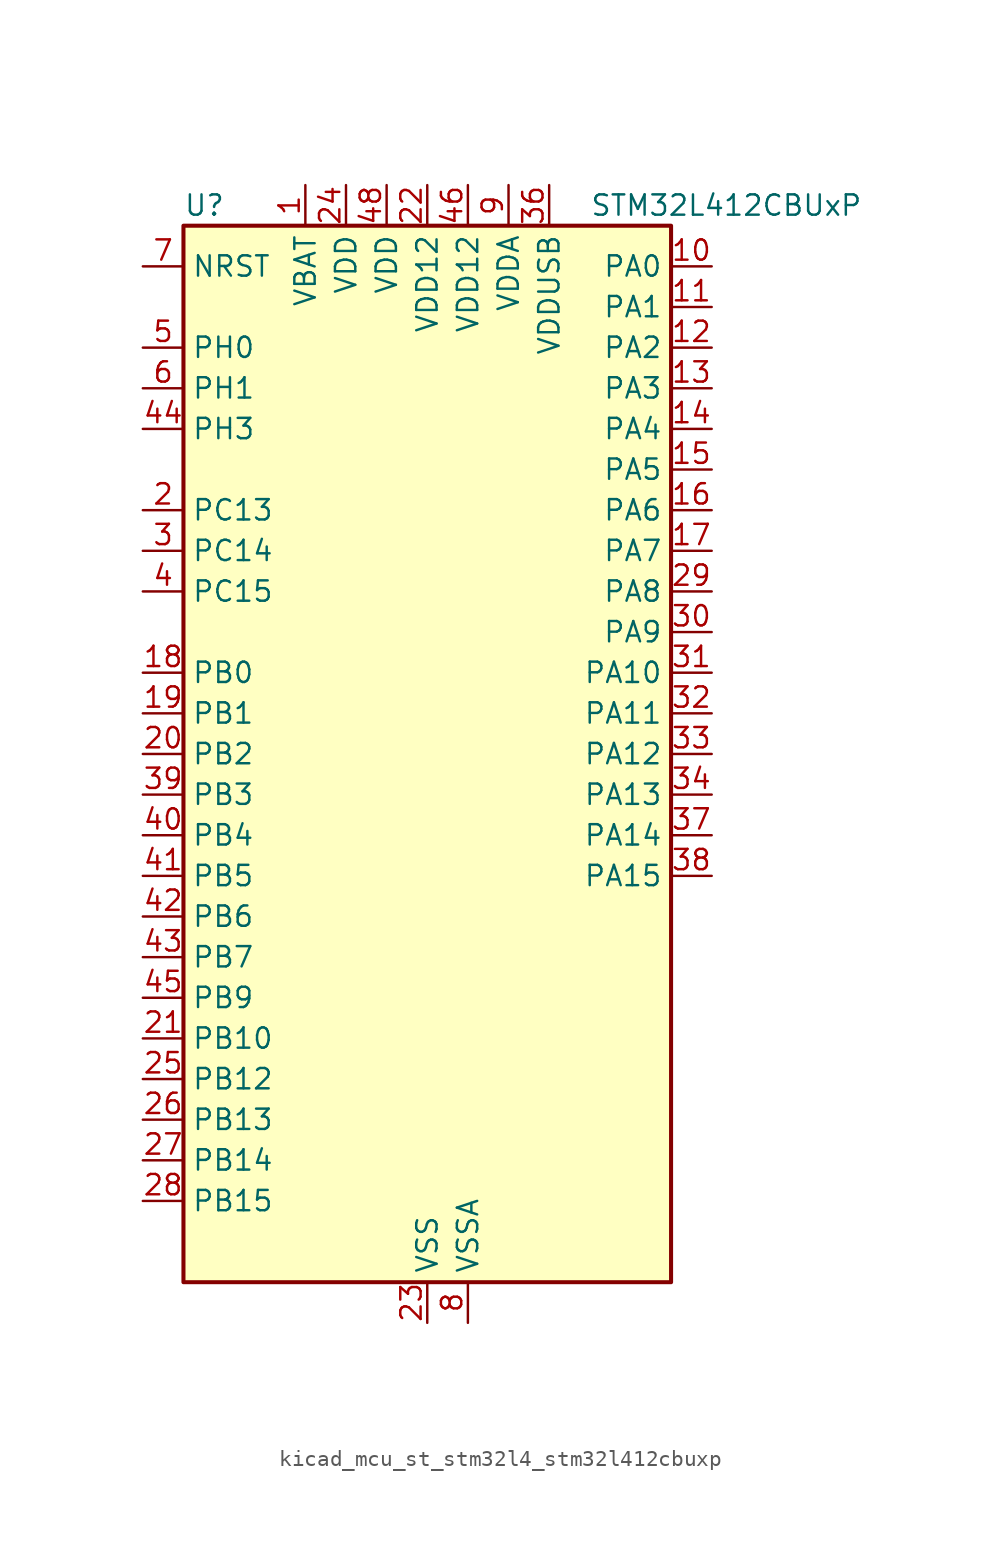
<source format=kicad_sym>
(kicad_symbol_lib
  (version 20220914)
  (generator kicad_symbol_editor)
  (symbol "kicad_mcu_st_stm32l4_stm32l412cbuxp"
    (property "Reference" "U"
      (at -15.24 34.29 0)
      (effects (font (size 1.27 1.27)) (justify left)))
    (property "Value" "STM32L412CBUxP"
      (at 10.16 34.29 0)
      (effects (font (size 1.27 1.27)) (justify left)))
    (property "ki_locked" ""
      (at 0 0 0)
      (effects (font (size 1.27 1.27))))
    (symbol "kicad_mcu_st_stm32l4_stm32l412cbuxp_0_1"
      (rectangle (start -15.24 -33.02) (end 15.24 33.02) (stroke (width 0.254) (type default)) (fill (type background))))
    (symbol "kicad_mcu_st_stm32l4_stm32l412cbuxp_1_1"
      (pin power_in line (at -7.62 35.56 270) (length 2.54) (name "VBAT" (effects (font (size 1.27 1.27)))) (number "1" (effects (font (size 1.27 1.27)))))
      (pin bidirectional line (at 17.78 30.48 180) (length 2.54) (name "PA0" (effects (font (size 1.27 1.27)))) (number "10" (effects (font (size 1.27 1.27)))) (alternate "ADC1_IN5" bidirectional line) (alternate "COMP1_INM" bidirectional line) (alternate "COMP1_OUT" bidirectional line) (alternate "OPAMP1_VINP" bidirectional line) (alternate "RTC_TAMP2" bidirectional line) (alternate "SYS_WKUP1" bidirectional line) (alternate "TIM2_CH1" bidirectional line) (alternate "TIM2_ETR" bidirectional line) (alternate "USART2_CTS" bidirectional line))
      (pin bidirectional line (at 17.78 27.94 180) (length 2.54) (name "PA1" (effects (font (size 1.27 1.27)))) (number "11" (effects (font (size 1.27 1.27)))) (alternate "ADC1_IN6" bidirectional line) (alternate "COMP1_INP" bidirectional line) (alternate "I2C1_SMBA" bidirectional line) (alternate "OPAMP1_VINM" bidirectional line) (alternate "SPI1_SCK" bidirectional line) (alternate "TIM15_CH1N" bidirectional line) (alternate "TIM2_CH2" bidirectional line) (alternate "USART2_DE" bidirectional line) (alternate "USART2_RTS" bidirectional line))
      (pin bidirectional line (at 17.78 25.4 180) (length 2.54) (name "PA2" (effects (font (size 1.27 1.27)))) (number "12" (effects (font (size 1.27 1.27)))) (alternate "ADC1_IN7" bidirectional line) (alternate "ADC2_IN7" bidirectional line) (alternate "LPUART1_TX" bidirectional line) (alternate "QUADSPI_BK1_NCS" bidirectional line) (alternate "RCC_LSCO" bidirectional line) (alternate "SYS_WKUP4" bidirectional line) (alternate "TIM15_CH1" bidirectional line) (alternate "TIM2_CH3" bidirectional line) (alternate "USART2_TX" bidirectional line))
      (pin bidirectional line (at 17.78 22.86 180) (length 2.54) (name "PA3" (effects (font (size 1.27 1.27)))) (number "13" (effects (font (size 1.27 1.27)))) (alternate "ADC1_IN8" bidirectional line) (alternate "ADC2_IN8" bidirectional line) (alternate "LPUART1_RX" bidirectional line) (alternate "OPAMP1_VOUT" bidirectional line) (alternate "QUADSPI_CLK" bidirectional line) (alternate "TIM15_CH2" bidirectional line) (alternate "TIM2_CH4" bidirectional line) (alternate "USART2_RX" bidirectional line))
      (pin bidirectional line (at 17.78 20.32 180) (length 2.54) (name "PA4" (effects (font (size 1.27 1.27)))) (number "14" (effects (font (size 1.27 1.27)))) (alternate "ADC1_IN9" bidirectional line) (alternate "ADC2_IN9" bidirectional line) (alternate "COMP1_INM" bidirectional line) (alternate "LPTIM2_OUT" bidirectional line) (alternate "SPI1_NSS" bidirectional line) (alternate "USART2_CK" bidirectional line))
      (pin bidirectional line (at 17.78 17.78 180) (length 2.54) (name "PA5" (effects (font (size 1.27 1.27)))) (number "15" (effects (font (size 1.27 1.27)))) (alternate "ADC1_IN10" bidirectional line) (alternate "ADC2_IN10" bidirectional line) (alternate "COMP1_INM" bidirectional line) (alternate "LPTIM2_ETR" bidirectional line) (alternate "SPI1_SCK" bidirectional line) (alternate "TIM2_CH1" bidirectional line) (alternate "TIM2_ETR" bidirectional line))
      (pin bidirectional line (at 17.78 15.24 180) (length 2.54) (name "PA6" (effects (font (size 1.27 1.27)))) (number "16" (effects (font (size 1.27 1.27)))) (alternate "ADC1_IN11" bidirectional line) (alternate "ADC2_IN11" bidirectional line) (alternate "COMP1_OUT" bidirectional line) (alternate "LPUART1_CTS" bidirectional line) (alternate "QUADSPI_BK1_IO3" bidirectional line) (alternate "SPI1_MISO" bidirectional line) (alternate "TIM16_CH1" bidirectional line) (alternate "TIM1_BKIN" bidirectional line) (alternate "USART3_CTS" bidirectional line))
      (pin bidirectional line (at 17.78 12.7 180) (length 2.54) (name "PA7" (effects (font (size 1.27 1.27)))) (number "17" (effects (font (size 1.27 1.27)))) (alternate "ADC1_IN12" bidirectional line) (alternate "ADC2_IN12" bidirectional line) (alternate "I2C3_SCL" bidirectional line) (alternate "QUADSPI_BK1_IO2" bidirectional line) (alternate "SPI1_MOSI" bidirectional line) (alternate "TIM1_CH1N" bidirectional line))
      (pin bidirectional line (at -17.78 5.08 0) (length 2.54) (name "PB0" (effects (font (size 1.27 1.27)))) (number "18" (effects (font (size 1.27 1.27)))) (alternate "ADC1_IN15" bidirectional line) (alternate "ADC2_IN15" bidirectional line) (alternate "COMP1_OUT" bidirectional line) (alternate "QUADSPI_BK1_IO1" bidirectional line) (alternate "SPI1_NSS" bidirectional line) (alternate "SYS_TRACED0" bidirectional line) (alternate "TIM1_CH2N" bidirectional line) (alternate "USART3_CK" bidirectional line))
      (pin bidirectional line (at -17.78 2.54 0) (length 2.54) (name "PB1" (effects (font (size 1.27 1.27)))) (number "19" (effects (font (size 1.27 1.27)))) (alternate "ADC1_IN16" bidirectional line) (alternate "ADC2_IN16" bidirectional line) (alternate "COMP1_INM" bidirectional line) (alternate "LPTIM2_IN1" bidirectional line) (alternate "LPUART1_DE" bidirectional line) (alternate "LPUART1_RTS" bidirectional line) (alternate "QUADSPI_BK1_IO0" bidirectional line) (alternate "SYS_TRACED1" bidirectional line) (alternate "TIM1_CH3N" bidirectional line) (alternate "USART3_DE" bidirectional line) (alternate "USART3_RTS" bidirectional line))
      (pin bidirectional line (at -17.78 15.24 0) (length 2.54) (name "PC13" (effects (font (size 1.27 1.27)))) (number "2" (effects (font (size 1.27 1.27)))) (alternate "RTC_OUT_ALARM" bidirectional line) (alternate "RTC_OUT_CALIB" bidirectional line) (alternate "RTC_TAMP1" bidirectional line) (alternate "RTC_TS" bidirectional line) (alternate "SYS_WKUP2" bidirectional line))
      (pin bidirectional line (at -17.78 0 0) (length 2.54) (name "PB2" (effects (font (size 1.27 1.27)))) (number "20" (effects (font (size 1.27 1.27)))) (alternate "COMP1_INP" bidirectional line) (alternate "I2C3_SMBA" bidirectional line) (alternate "LPTIM1_OUT" bidirectional line) (alternate "RTC_OUT_ALARM" bidirectional line) (alternate "RTC_OUT_CALIB" bidirectional line))
      (pin bidirectional line (at -17.78 -17.78 0) (length 2.54) (name "PB10" (effects (font (size 1.27 1.27)))) (number "21" (effects (font (size 1.27 1.27)))) (alternate "COMP1_OUT" bidirectional line) (alternate "I2C2_SCL" bidirectional line) (alternate "LPUART1_RX" bidirectional line) (alternate "QUADSPI_CLK" bidirectional line) (alternate "SPI2_SCK" bidirectional line) (alternate "TIM2_CH3" bidirectional line) (alternate "TSC_SYNC" bidirectional line) (alternate "USART3_TX" bidirectional line))
      (pin power_in line (at 0 35.56 270) (length 2.54) (name "VDD12" (effects (font (size 1.27 1.27)))) (number "22" (effects (font (size 1.27 1.27)))))
      (pin power_in line (at 0 -35.56 90) (length 2.54) (name "VSS" (effects (font (size 1.27 1.27)))) (number "23" (effects (font (size 1.27 1.27)))))
      (pin power_in line (at -5.08 35.56 270) (length 2.54) (name "VDD" (effects (font (size 1.27 1.27)))) (number "24" (effects (font (size 1.27 1.27)))))
      (pin bidirectional line (at -17.78 -20.32 0) (length 2.54) (name "PB12" (effects (font (size 1.27 1.27)))) (number "25" (effects (font (size 1.27 1.27)))) (alternate "I2C2_SMBA" bidirectional line) (alternate "LPUART1_DE" bidirectional line) (alternate "LPUART1_RTS" bidirectional line) (alternate "SPI2_NSS" bidirectional line) (alternate "TIM15_BKIN" bidirectional line) (alternate "TIM1_BKIN" bidirectional line) (alternate "TSC_G1_IO1" bidirectional line) (alternate "USART3_CK" bidirectional line))
      (pin bidirectional line (at -17.78 -22.86 0) (length 2.54) (name "PB13" (effects (font (size 1.27 1.27)))) (number "26" (effects (font (size 1.27 1.27)))) (alternate "I2C2_SCL" bidirectional line) (alternate "LPUART1_CTS" bidirectional line) (alternate "SPI2_SCK" bidirectional line) (alternate "TIM15_CH1N" bidirectional line) (alternate "TIM1_CH1N" bidirectional line) (alternate "TSC_G1_IO2" bidirectional line) (alternate "USART3_CTS" bidirectional line))
      (pin bidirectional line (at -17.78 -25.4 0) (length 2.54) (name "PB14" (effects (font (size 1.27 1.27)))) (number "27" (effects (font (size 1.27 1.27)))) (alternate "I2C2_SDA" bidirectional line) (alternate "SPI2_MISO" bidirectional line) (alternate "TIM15_CH1" bidirectional line) (alternate "TIM1_CH2N" bidirectional line) (alternate "TSC_G1_IO3" bidirectional line) (alternate "USART3_DE" bidirectional line) (alternate "USART3_RTS" bidirectional line))
      (pin bidirectional line (at -17.78 -27.94 0) (length 2.54) (name "PB15" (effects (font (size 1.27 1.27)))) (number "28" (effects (font (size 1.27 1.27)))) (alternate "ADC1_EXTI15" bidirectional line) (alternate "ADC2_EXTI15" bidirectional line) (alternate "RTC_REFIN" bidirectional line) (alternate "SPI2_MOSI" bidirectional line) (alternate "TIM15_CH2" bidirectional line) (alternate "TIM1_CH3N" bidirectional line) (alternate "TSC_G1_IO4" bidirectional line))
      (pin bidirectional line (at 17.78 10.16 180) (length 2.54) (name "PA8" (effects (font (size 1.27 1.27)))) (number "29" (effects (font (size 1.27 1.27)))) (alternate "LPTIM2_OUT" bidirectional line) (alternate "RCC_MCO" bidirectional line) (alternate "TIM1_CH1" bidirectional line) (alternate "USART1_CK" bidirectional line))
      (pin bidirectional line (at -17.78 12.7 0) (length 2.54) (name "PC14" (effects (font (size 1.27 1.27)))) (number "3" (effects (font (size 1.27 1.27)))) (alternate "RCC_OSC32_IN" bidirectional line))
      (pin bidirectional line (at 17.78 7.62 180) (length 2.54) (name "PA9" (effects (font (size 1.27 1.27)))) (number "30" (effects (font (size 1.27 1.27)))) (alternate "I2C1_SCL" bidirectional line) (alternate "TIM15_BKIN" bidirectional line) (alternate "TIM1_CH2" bidirectional line) (alternate "USART1_TX" bidirectional line))
      (pin bidirectional line (at 17.78 5.08 180) (length 2.54) (name "PA10" (effects (font (size 1.27 1.27)))) (number "31" (effects (font (size 1.27 1.27)))) (alternate "CRS_SYNC" bidirectional line) (alternate "I2C1_SDA" bidirectional line) (alternate "TIM1_CH3" bidirectional line) (alternate "USART1_RX" bidirectional line))
      (pin bidirectional line (at 17.78 2.54 180) (length 2.54) (name "PA11" (effects (font (size 1.27 1.27)))) (number "32" (effects (font (size 1.27 1.27)))) (alternate "ADC1_EXTI11" bidirectional line) (alternate "ADC2_EXTI11" bidirectional line) (alternate "COMP1_OUT" bidirectional line) (alternate "SPI1_MISO" bidirectional line) (alternate "TIM1_BKIN2" bidirectional line) (alternate "TIM1_BKIN2_COMP1" bidirectional line) (alternate "TIM1_CH4" bidirectional line) (alternate "USART1_CTS" bidirectional line) (alternate "USB_DM" bidirectional line))
      (pin bidirectional line (at 17.78 0 180) (length 2.54) (name "PA12" (effects (font (size 1.27 1.27)))) (number "33" (effects (font (size 1.27 1.27)))) (alternate "SPI1_MOSI" bidirectional line) (alternate "TIM1_ETR" bidirectional line) (alternate "USART1_DE" bidirectional line) (alternate "USART1_RTS" bidirectional line) (alternate "USB_DP" bidirectional line))
      (pin bidirectional line (at 17.78 -2.54 180) (length 2.54) (name "PA13" (effects (font (size 1.27 1.27)))) (number "34" (effects (font (size 1.27 1.27)))) (alternate "IR_OUT" bidirectional line) (alternate "SYS_JTMS-SWDIO" bidirectional line) (alternate "USB_NOE" bidirectional line))
      (pin passive line (at 0 -35.56 90) (length 2.54) hide (name "VSS" (effects (font (size 1.27 1.27)))) (number "35" (effects (font (size 1.27 1.27)))))
      (pin power_in line (at 7.62 35.56 270) (length 2.54) (name "VDDUSB" (effects (font (size 1.27 1.27)))) (number "36" (effects (font (size 1.27 1.27)))))
      (pin bidirectional line (at 17.78 -5.08 180) (length 2.54) (name "PA14" (effects (font (size 1.27 1.27)))) (number "37" (effects (font (size 1.27 1.27)))) (alternate "I2C1_SMBA" bidirectional line) (alternate "LPTIM1_OUT" bidirectional line) (alternate "SYS_JTCK-SWCLK" bidirectional line))
      (pin bidirectional line (at 17.78 -7.62 180) (length 2.54) (name "PA15" (effects (font (size 1.27 1.27)))) (number "38" (effects (font (size 1.27 1.27)))) (alternate "ADC1_EXTI15" bidirectional line) (alternate "ADC2_EXTI15" bidirectional line) (alternate "SPI1_NSS" bidirectional line) (alternate "SYS_JTDI" bidirectional line) (alternate "TIM2_CH1" bidirectional line) (alternate "TIM2_ETR" bidirectional line) (alternate "USART2_RX" bidirectional line) (alternate "USART3_DE" bidirectional line) (alternate "USART3_RTS" bidirectional line))
      (pin bidirectional line (at -17.78 -2.54 0) (length 2.54) (name "PB3" (effects (font (size 1.27 1.27)))) (number "39" (effects (font (size 1.27 1.27)))) (alternate "SPI1_SCK" bidirectional line) (alternate "SYS_JTDO-SWO" bidirectional line) (alternate "TIM2_CH2" bidirectional line) (alternate "USART1_DE" bidirectional line) (alternate "USART1_RTS" bidirectional line))
      (pin bidirectional line (at -17.78 10.16 0) (length 2.54) (name "PC15" (effects (font (size 1.27 1.27)))) (number "4" (effects (font (size 1.27 1.27)))) (alternate "ADC1_EXTI15" bidirectional line) (alternate "ADC2_EXTI15" bidirectional line) (alternate "RCC_OSC32_OUT" bidirectional line))
      (pin bidirectional line (at -17.78 -5.08 0) (length 2.54) (name "PB4" (effects (font (size 1.27 1.27)))) (number "40" (effects (font (size 1.27 1.27)))) (alternate "I2C3_SDA" bidirectional line) (alternate "SPI1_MISO" bidirectional line) (alternate "SYS_JTRST" bidirectional line) (alternate "TSC_G2_IO1" bidirectional line) (alternate "USART1_CTS" bidirectional line))
      (pin bidirectional line (at -17.78 -7.62 0) (length 2.54) (name "PB5" (effects (font (size 1.27 1.27)))) (number "41" (effects (font (size 1.27 1.27)))) (alternate "I2C1_SMBA" bidirectional line) (alternate "LPTIM1_IN1" bidirectional line) (alternate "SPI1_MOSI" bidirectional line) (alternate "SYS_TRACED2" bidirectional line) (alternate "TIM16_BKIN" bidirectional line) (alternate "TSC_G2_IO2" bidirectional line) (alternate "USART1_CK" bidirectional line))
      (pin bidirectional line (at -17.78 -10.16 0) (length 2.54) (name "PB6" (effects (font (size 1.27 1.27)))) (number "42" (effects (font (size 1.27 1.27)))) (alternate "I2C1_SCL" bidirectional line) (alternate "LPTIM1_ETR" bidirectional line) (alternate "SYS_TRACED3" bidirectional line) (alternate "TIM16_CH1N" bidirectional line) (alternate "TSC_G2_IO3" bidirectional line) (alternate "USART1_TX" bidirectional line))
      (pin bidirectional line (at -17.78 -12.7 0) (length 2.54) (name "PB7" (effects (font (size 1.27 1.27)))) (number "43" (effects (font (size 1.27 1.27)))) (alternate "I2C1_SDA" bidirectional line) (alternate "LPTIM1_IN2" bidirectional line) (alternate "SYS_PVD_IN" bidirectional line) (alternate "SYS_TRACECLK" bidirectional line) (alternate "TSC_G2_IO4" bidirectional line) (alternate "USART1_RX" bidirectional line))
      (pin bidirectional line (at -17.78 20.32 0) (length 2.54) (name "PH3" (effects (font (size 1.27 1.27)))) (number "44" (effects (font (size 1.27 1.27)))))
      (pin bidirectional line (at -17.78 -15.24 0) (length 2.54) (name "PB9" (effects (font (size 1.27 1.27)))) (number "45" (effects (font (size 1.27 1.27)))) (alternate "I2C1_SDA" bidirectional line) (alternate "IR_OUT" bidirectional line) (alternate "SPI2_NSS" bidirectional line))
      (pin power_in line (at 2.54 35.56 270) (length 2.54) (name "VDD12" (effects (font (size 1.27 1.27)))) (number "46" (effects (font (size 1.27 1.27)))))
      (pin passive line (at 0 -35.56 90) (length 2.54) hide (name "VSS" (effects (font (size 1.27 1.27)))) (number "47" (effects (font (size 1.27 1.27)))))
      (pin power_in line (at -2.54 35.56 270) (length 2.54) (name "VDD" (effects (font (size 1.27 1.27)))) (number "48" (effects (font (size 1.27 1.27)))))
      (pin passive line (at 0 -35.56 90) (length 2.54) hide (name "VSS" (effects (font (size 1.27 1.27)))) (number "49" (effects (font (size 1.27 1.27)))))
      (pin bidirectional line (at -17.78 25.4 0) (length 2.54) (name "PH0" (effects (font (size 1.27 1.27)))) (number "5" (effects (font (size 1.27 1.27)))) (alternate "RCC_OSC_IN" bidirectional line))
      (pin bidirectional line (at -17.78 22.86 0) (length 2.54) (name "PH1" (effects (font (size 1.27 1.27)))) (number "6" (effects (font (size 1.27 1.27)))) (alternate "RCC_OSC_OUT" bidirectional line))
      (pin input line (at -17.78 30.48 0) (length 2.54) (name "NRST" (effects (font (size 1.27 1.27)))) (number "7" (effects (font (size 1.27 1.27)))))
      (pin power_in line (at 2.54 -35.56 90) (length 2.54) (name "VSSA" (effects (font (size 1.27 1.27)))) (number "8" (effects (font (size 1.27 1.27)))))
      (pin power_in line (at 5.08 35.56 270) (length 2.54) (name "VDDA" (effects (font (size 1.27 1.27)))) (number "9" (effects (font (size 1.27 1.27))))))))
</source>
